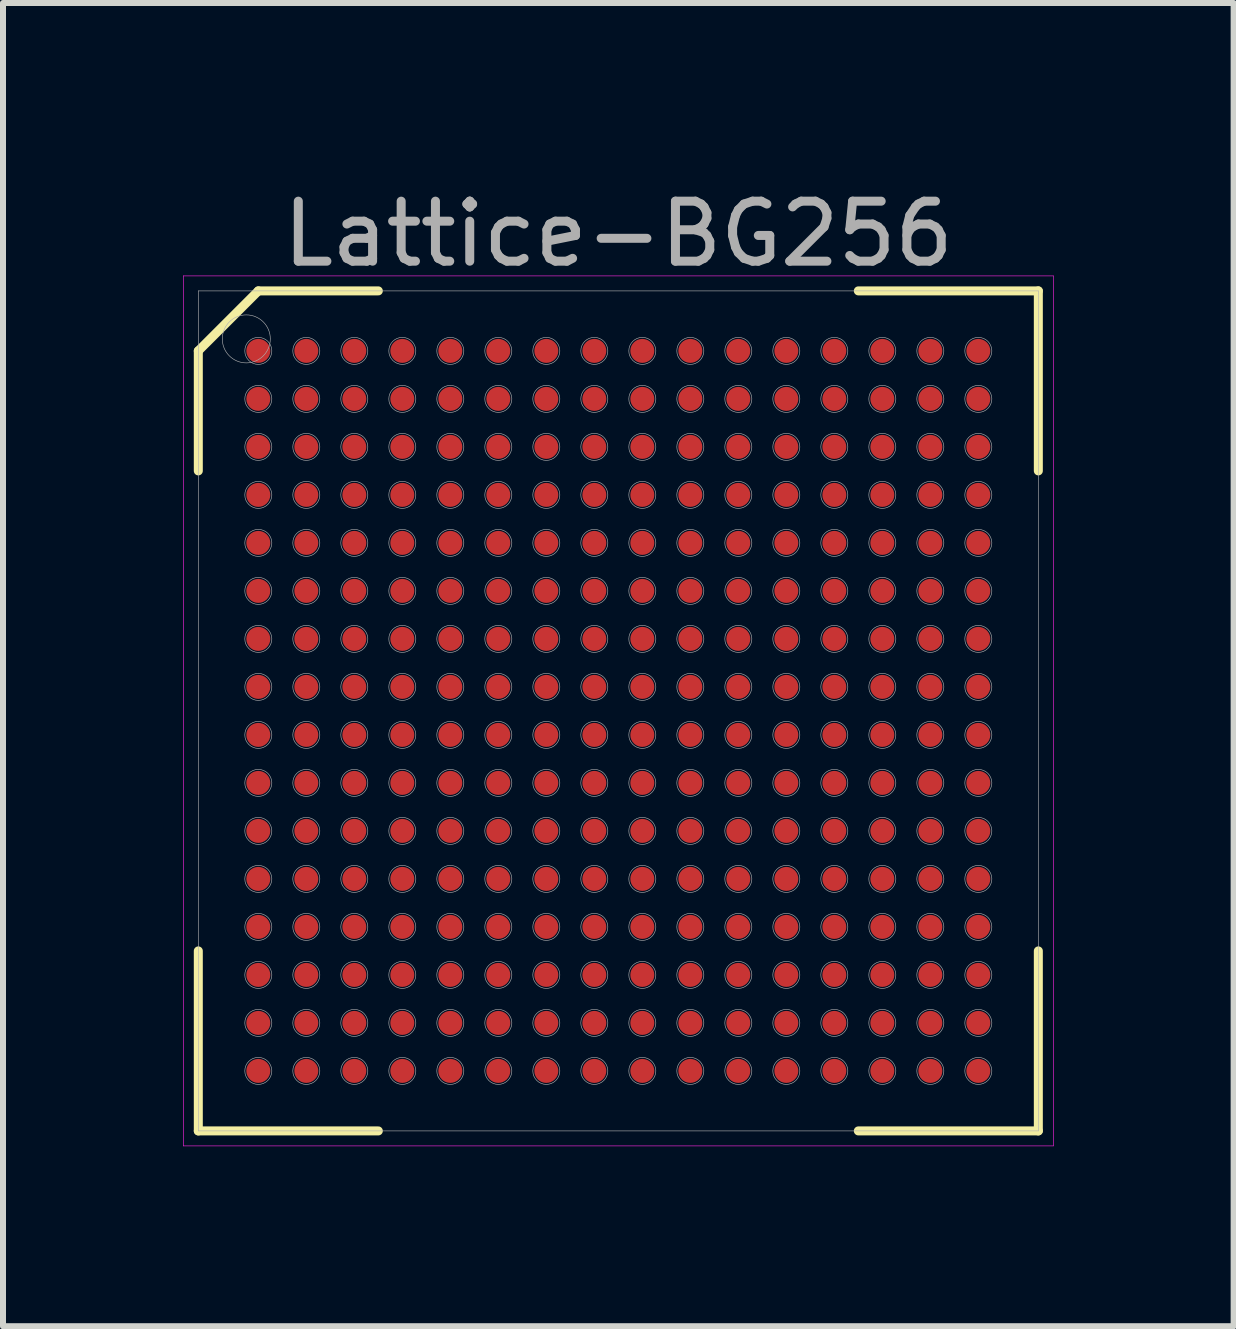
<source format=kicad_pcb>
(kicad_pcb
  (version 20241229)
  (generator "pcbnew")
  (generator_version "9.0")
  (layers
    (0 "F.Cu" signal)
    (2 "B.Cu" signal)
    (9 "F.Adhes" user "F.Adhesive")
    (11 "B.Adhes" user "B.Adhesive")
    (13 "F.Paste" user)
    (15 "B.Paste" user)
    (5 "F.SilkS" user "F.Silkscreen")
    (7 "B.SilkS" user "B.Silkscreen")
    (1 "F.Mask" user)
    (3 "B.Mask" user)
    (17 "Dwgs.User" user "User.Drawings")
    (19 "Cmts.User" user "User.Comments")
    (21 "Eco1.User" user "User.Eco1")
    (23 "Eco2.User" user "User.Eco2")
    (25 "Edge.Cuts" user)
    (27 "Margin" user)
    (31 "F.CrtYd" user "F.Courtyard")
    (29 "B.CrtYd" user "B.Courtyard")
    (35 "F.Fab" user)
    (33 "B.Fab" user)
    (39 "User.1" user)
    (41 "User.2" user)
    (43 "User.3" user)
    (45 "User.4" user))
  (footprint "Lattice-BG256"
    (layer "F.Cu")
    (at 7.255 8.798)
    (property "Reference" "Lattice-BG256" (at 0 -7.95 0) (layer "F.Fab") (effects (font (size 1 1) (thickness 0.15))))
    (attr through_hole)
    (fp_line (start -7 -6) (end -6 -7) (stroke (width 0.15) (type solid)) (layer "F.SilkS"))
    (fp_line (start -7 -4) (end -7 -6) (stroke (width 0.15) (type solid)) (layer "F.SilkS"))
    (fp_line (start -7 7) (end -7 4) (stroke (width 0.15) (type solid)) (layer "F.SilkS"))
    (fp_line (start -4 -7) (end -6 -7) (stroke (width 0.15) (type solid)) (layer "F.SilkS"))
    (fp_line (start -4 7) (end -7 7) (stroke (width 0.15) (type solid)) (layer "F.SilkS"))
    (fp_line (start 4 -7) (end 7 -7) (stroke (width 0.15) (type solid)) (layer "F.SilkS"))
    (fp_line (start 4 7) (end 7 7) (stroke (width 0.15) (type solid)) (layer "F.SilkS"))
    (fp_line (start 7 -7) (end 7 -4) (stroke (width 0.15) (type solid)) (layer "F.SilkS"))
    (fp_line (start 7 7) (end 7 4) (stroke (width 0.15) (type solid)) (layer "F.SilkS"))
    (fp_line (start -7.25 -7.25) (end 7.25 -7.25) (stroke (width 0.01) (type solid)) (layer "F.CrtYd"))
    (fp_line (start -7.25 7.25) (end -7.25 -7.25) (stroke (width 0.01) (type solid)) (layer "F.CrtYd"))
    (fp_line (start 7.25 -7.25) (end 7.25 7.25) (stroke (width 0.01) (type solid)) (layer "F.CrtYd"))
    (fp_line (start 7.25 7.25) (end -7.25 7.25) (stroke (width 0.01) (type solid)) (layer "F.CrtYd"))
    (fp_line (start -7 -7) (end 7 -7) (stroke (width 0.01) (type solid)) (layer "F.Fab"))
    (fp_line (start -7 7) (end -7 -7) (stroke (width 0.01) (type solid)) (layer "F.Fab"))
    (fp_line (start 7 -7) (end 7 7) (stroke (width 0.01) (type solid)) (layer "F.Fab"))
    (fp_line (start 7 7) (end -7 7) (stroke (width 0.01) (type solid)) (layer "F.Fab"))
    (fp_circle (center -6.2 -6.2) (end -6.2 -5.8) (stroke (width 0.01) (type solid)) (fill no) (layer "F.Fab"))
    (fp_circle (center -6 -6) (end -6 -5.775) (stroke (width 0.01) (type solid)) (fill no) (layer "F.Fab"))
    (fp_circle (center -6 -5.2) (end -6 -4.975) (stroke (width 0.01) (type solid)) (fill no) (layer "F.Fab"))
    (fp_circle (center -6 -4.4) (end -6 -4.175) (stroke (width 0.01) (type solid)) (fill no) (layer "F.Fab"))
    (fp_circle (center -6 -3.6) (end -6 -3.375) (stroke (width 0.01) (type solid)) (fill no) (layer "F.Fab"))
    (fp_circle (center -6 -2.8) (end -6 -2.575) (stroke (width 0.01) (type solid)) (fill no) (layer "F.Fab"))
    (fp_circle (center -6 -2) (end -6 -1.775) (stroke (width 0.01) (type solid)) (fill no) (layer "F.Fab"))
    (fp_circle (center -6 -1.2) (end -6 -0.975) (stroke (width 0.01) (type solid)) (fill no) (layer "F.Fab"))
    (fp_circle (center -6 -0.4) (end -6 -0.175) (stroke (width 0.01) (type solid)) (fill no) (layer "F.Fab"))
    (fp_circle (center -6 0.4) (end -6 0.625) (stroke (width 0.01) (type solid)) (fill no) (layer "F.Fab"))
    (fp_circle (center -6 1.2) (end -6 1.425) (stroke (width 0.01) (type solid)) (fill no) (layer "F.Fab"))
    (fp_circle (center -6 2) (end -6 2.225) (stroke (width 0.01) (type solid)) (fill no) (layer "F.Fab"))
    (fp_circle (center -6 2.8) (end -6 3.025) (stroke (width 0.01) (type solid)) (fill no) (layer "F.Fab"))
    (fp_circle (center -6 3.6) (end -6 3.825) (stroke (width 0.01) (type solid)) (fill no) (layer "F.Fab"))
    (fp_circle (center -6 4.4) (end -6 4.625) (stroke (width 0.01) (type solid)) (fill no) (layer "F.Fab"))
    (fp_circle (center -6 5.2) (end -6 5.425) (stroke (width 0.01) (type solid)) (fill no) (layer "F.Fab"))
    (fp_circle (center -6 6) (end -6 6.225) (stroke (width 0.01) (type solid)) (fill no) (layer "F.Fab"))
    (fp_circle (center -5.2 -6) (end -5.2 -5.775) (stroke (width 0.01) (type solid)) (fill no) (layer "F.Fab"))
    (fp_circle (center -5.2 -5.2) (end -5.2 -4.975) (stroke (width 0.01) (type solid)) (fill no) (layer "F.Fab"))
    (fp_circle (center -5.2 -4.4) (end -5.2 -4.175) (stroke (width 0.01) (type solid)) (fill no) (layer "F.Fab"))
    (fp_circle (center -5.2 -3.6) (end -5.2 -3.375) (stroke (width 0.01) (type solid)) (fill no) (layer "F.Fab"))
    (fp_circle (center -5.2 -2.8) (end -5.2 -2.575) (stroke (width 0.01) (type solid)) (fill no) (layer "F.Fab"))
    (fp_circle (center -5.2 -2) (end -5.2 -1.775) (stroke (width 0.01) (type solid)) (fill no) (layer "F.Fab"))
    (fp_circle (center -5.2 -1.2) (end -5.2 -0.975) (stroke (width 0.01) (type solid)) (fill no) (layer "F.Fab"))
    (fp_circle (center -5.2 -0.4) (end -5.2 -0.175) (stroke (width 0.01) (type solid)) (fill no) (layer "F.Fab"))
    (fp_circle (center -5.2 0.4) (end -5.2 0.625) (stroke (width 0.01) (type solid)) (fill no) (layer "F.Fab"))
    (fp_circle (center -5.2 1.2) (end -5.2 1.425) (stroke (width 0.01) (type solid)) (fill no) (layer "F.Fab"))
    (fp_circle (center -5.2 2) (end -5.2 2.225) (stroke (width 0.01) (type solid)) (fill no) (layer "F.Fab"))
    (fp_circle (center -5.2 2.8) (end -5.2 3.025) (stroke (width 0.01) (type solid)) (fill no) (layer "F.Fab"))
    (fp_circle (center -5.2 3.6) (end -5.2 3.825) (stroke (width 0.01) (type solid)) (fill no) (layer "F.Fab"))
    (fp_circle (center -5.2 4.4) (end -5.2 4.625) (stroke (width 0.01) (type solid)) (fill no) (layer "F.Fab"))
    (fp_circle (center -5.2 5.2) (end -5.2 5.425) (stroke (width 0.01) (type solid)) (fill no) (layer "F.Fab"))
    (fp_circle (center -5.2 6) (end -5.2 6.225) (stroke (width 0.01) (type solid)) (fill no) (layer "F.Fab"))
    (fp_circle (center -4.4 -6) (end -4.4 -5.775) (stroke (width 0.01) (type solid)) (fill no) (layer "F.Fab"))
    (fp_circle (center -4.4 -5.2) (end -4.4 -4.975) (stroke (width 0.01) (type solid)) (fill no) (layer "F.Fab"))
    (fp_circle (center -4.4 -4.4) (end -4.4 -4.175) (stroke (width 0.01) (type solid)) (fill no) (layer "F.Fab"))
    (fp_circle (center -4.4 -3.6) (end -4.4 -3.375) (stroke (width 0.01) (type solid)) (fill no) (layer "F.Fab"))
    (fp_circle (center -4.4 -2.8) (end -4.4 -2.575) (stroke (width 0.01) (type solid)) (fill no) (layer "F.Fab"))
    (fp_circle (center -4.4 -2) (end -4.4 -1.775) (stroke (width 0.01) (type solid)) (fill no) (layer "F.Fab"))
    (fp_circle (center -4.4 -1.2) (end -4.4 -0.975) (stroke (width 0.01) (type solid)) (fill no) (layer "F.Fab"))
    (fp_circle (center -4.4 -0.4) (end -4.4 -0.175) (stroke (width 0.01) (type solid)) (fill no) (layer "F.Fab"))
    (fp_circle (center -4.4 0.4) (end -4.4 0.625) (stroke (width 0.01) (type solid)) (fill no) (layer "F.Fab"))
    (fp_circle (center -4.4 1.2) (end -4.4 1.425) (stroke (width 0.01) (type solid)) (fill no) (layer "F.Fab"))
    (fp_circle (center -4.4 2) (end -4.4 2.225) (stroke (width 0.01) (type solid)) (fill no) (layer "F.Fab"))
    (fp_circle (center -4.4 2.8) (end -4.4 3.025) (stroke (width 0.01) (type solid)) (fill no) (layer "F.Fab"))
    (fp_circle (center -4.4 3.6) (end -4.4 3.825) (stroke (width 0.01) (type solid)) (fill no) (layer "F.Fab"))
    (fp_circle (center -4.4 4.4) (end -4.4 4.625) (stroke (width 0.01) (type solid)) (fill no) (layer "F.Fab"))
    (fp_circle (center -4.4 5.2) (end -4.4 5.425) (stroke (width 0.01) (type solid)) (fill no) (layer "F.Fab"))
    (fp_circle (center -4.4 6) (end -4.4 6.225) (stroke (width 0.01) (type solid)) (fill no) (layer "F.Fab"))
    (fp_circle (center -3.6 -6) (end -3.6 -5.775) (stroke (width 0.01) (type solid)) (fill no) (layer "F.Fab"))
    (fp_circle (center -3.6 -5.2) (end -3.6 -4.975) (stroke (width 0.01) (type solid)) (fill no) (layer "F.Fab"))
    (fp_circle (center -3.6 -4.4) (end -3.6 -4.175) (stroke (width 0.01) (type solid)) (fill no) (layer "F.Fab"))
    (fp_circle (center -3.6 -3.6) (end -3.6 -3.375) (stroke (width 0.01) (type solid)) (fill no) (layer "F.Fab"))
    (fp_circle (center -3.6 -2.8) (end -3.6 -2.575) (stroke (width 0.01) (type solid)) (fill no) (layer "F.Fab"))
    (fp_circle (center -3.6 -2) (end -3.6 -1.775) (stroke (width 0.01) (type solid)) (fill no) (layer "F.Fab"))
    (fp_circle (center -3.6 -1.2) (end -3.6 -0.975) (stroke (width 0.01) (type solid)) (fill no) (layer "F.Fab"))
    (fp_circle (center -3.6 -0.4) (end -3.6 -0.175) (stroke (width 0.01) (type solid)) (fill no) (layer "F.Fab"))
    (fp_circle (center -3.6 0.4) (end -3.6 0.625) (stroke (width 0.01) (type solid)) (fill no) (layer "F.Fab"))
    (fp_circle (center -3.6 1.2) (end -3.6 1.425) (stroke (width 0.01) (type solid)) (fill no) (layer "F.Fab"))
    (fp_circle (center -3.6 2) (end -3.6 2.225) (stroke (width 0.01) (type solid)) (fill no) (layer "F.Fab"))
    (fp_circle (center -3.6 2.8) (end -3.6 3.025) (stroke (width 0.01) (type solid)) (fill no) (layer "F.Fab"))
    (fp_circle (center -3.6 3.6) (end -3.6 3.825) (stroke (width 0.01) (type solid)) (fill no) (layer "F.Fab"))
    (fp_circle (center -3.6 4.4) (end -3.6 4.625) (stroke (width 0.01) (type solid)) (fill no) (layer "F.Fab"))
    (fp_circle (center -3.6 5.2) (end -3.6 5.425) (stroke (width 0.01) (type solid)) (fill no) (layer "F.Fab"))
    (fp_circle (center -3.6 6) (end -3.6 6.225) (stroke (width 0.01) (type solid)) (fill no) (layer "F.Fab"))
    (fp_circle (center -2.8 -6) (end -2.8 -5.775) (stroke (width 0.01) (type solid)) (fill no) (layer "F.Fab"))
    (fp_circle (center -2.8 -5.2) (end -2.8 -4.975) (stroke (width 0.01) (type solid)) (fill no) (layer "F.Fab"))
    (fp_circle (center -2.8 -4.4) (end -2.8 -4.175) (stroke (width 0.01) (type solid)) (fill no) (layer "F.Fab"))
    (fp_circle (center -2.8 -3.6) (end -2.8 -3.375) (stroke (width 0.01) (type solid)) (fill no) (layer "F.Fab"))
    (fp_circle (center -2.8 -2.8) (end -2.8 -2.575) (stroke (width 0.01) (type solid)) (fill no) (layer "F.Fab"))
    (fp_circle (center -2.8 -2) (end -2.8 -1.775) (stroke (width 0.01) (type solid)) (fill no) (layer "F.Fab"))
    (fp_circle (center -2.8 -1.2) (end -2.8 -0.975) (stroke (width 0.01) (type solid)) (fill no) (layer "F.Fab"))
    (fp_circle (center -2.8 -0.4) (end -2.8 -0.175) (stroke (width 0.01) (type solid)) (fill no) (layer "F.Fab"))
    (fp_circle (center -2.8 0.4) (end -2.8 0.625) (stroke (width 0.01) (type solid)) (fill no) (layer "F.Fab"))
    (fp_circle (center -2.8 1.2) (end -2.8 1.425) (stroke (width 0.01) (type solid)) (fill no) (layer "F.Fab"))
    (fp_circle (center -2.8 2) (end -2.8 2.225) (stroke (width 0.01) (type solid)) (fill no) (layer "F.Fab"))
    (fp_circle (center -2.8 2.8) (end -2.8 3.025) (stroke (width 0.01) (type solid)) (fill no) (layer "F.Fab"))
    (fp_circle (center -2.8 3.6) (end -2.8 3.825) (stroke (width 0.01) (type solid)) (fill no) (layer "F.Fab"))
    (fp_circle (center -2.8 4.4) (end -2.8 4.625) (stroke (width 0.01) (type solid)) (fill no) (layer "F.Fab"))
    (fp_circle (center -2.8 5.2) (end -2.8 5.425) (stroke (width 0.01) (type solid)) (fill no) (layer "F.Fab"))
    (fp_circle (center -2.8 6) (end -2.8 6.225) (stroke (width 0.01) (type solid)) (fill no) (layer "F.Fab"))
    (fp_circle (center -2 -6) (end -2 -5.775) (stroke (width 0.01) (type solid)) (fill no) (layer "F.Fab"))
    (fp_circle (center -2 -5.2) (end -2 -4.975) (stroke (width 0.01) (type solid)) (fill no) (layer "F.Fab"))
    (fp_circle (center -2 -4.4) (end -2 -4.175) (stroke (width 0.01) (type solid)) (fill no) (layer "F.Fab"))
    (fp_circle (center -2 -3.6) (end -2 -3.375) (stroke (width 0.01) (type solid)) (fill no) (layer "F.Fab"))
    (fp_circle (center -2 -2.8) (end -2 -2.575) (stroke (width 0.01) (type solid)) (fill no) (layer "F.Fab"))
    (fp_circle (center -2 -2) (end -2 -1.775) (stroke (width 0.01) (type solid)) (fill no) (layer "F.Fab"))
    (fp_circle (center -2 -1.2) (end -2 -0.975) (stroke (width 0.01) (type solid)) (fill no) (layer "F.Fab"))
    (fp_circle (center -2 -0.4) (end -2 -0.175) (stroke (width 0.01) (type solid)) (fill no) (layer "F.Fab"))
    (fp_circle (center -2 0.4) (end -2 0.625) (stroke (width 0.01) (type solid)) (fill no) (layer "F.Fab"))
    (fp_circle (center -2 1.2) (end -2 1.425) (stroke (width 0.01) (type solid)) (fill no) (layer "F.Fab"))
    (fp_circle (center -2 2) (end -2 2.225) (stroke (width 0.01) (type solid)) (fill no) (layer "F.Fab"))
    (fp_circle (center -2 2.8) (end -2 3.025) (stroke (width 0.01) (type solid)) (fill no) (layer "F.Fab"))
    (fp_circle (center -2 3.6) (end -2 3.825) (stroke (width 0.01) (type solid)) (fill no) (layer "F.Fab"))
    (fp_circle (center -2 4.4) (end -2 4.625) (stroke (width 0.01) (type solid)) (fill no) (layer "F.Fab"))
    (fp_circle (center -2 5.2) (end -2 5.425) (stroke (width 0.01) (type solid)) (fill no) (layer "F.Fab"))
    (fp_circle (center -2 6) (end -2 6.225) (stroke (width 0.01) (type solid)) (fill no) (layer "F.Fab"))
    (fp_circle (center -1.2 -6) (end -1.2 -5.775) (stroke (width 0.01) (type solid)) (fill no) (layer "F.Fab"))
    (fp_circle (center -1.2 -5.2) (end -1.2 -4.975) (stroke (width 0.01) (type solid)) (fill no) (layer "F.Fab"))
    (fp_circle (center -1.2 -4.4) (end -1.2 -4.175) (stroke (width 0.01) (type solid)) (fill no) (layer "F.Fab"))
    (fp_circle (center -1.2 -3.6) (end -1.2 -3.375) (stroke (width 0.01) (type solid)) (fill no) (layer "F.Fab"))
    (fp_circle (center -1.2 -2.8) (end -1.2 -2.575) (stroke (width 0.01) (type solid)) (fill no) (layer "F.Fab"))
    (fp_circle (center -1.2 -2) (end -1.2 -1.775) (stroke (width 0.01) (type solid)) (fill no) (layer "F.Fab"))
    (fp_circle (center -1.2 -1.2) (end -1.2 -0.975) (stroke (width 0.01) (type solid)) (fill no) (layer "F.Fab"))
    (fp_circle (center -1.2 -0.4) (end -1.2 -0.175) (stroke (width 0.01) (type solid)) (fill no) (layer "F.Fab"))
    (fp_circle (center -1.2 0.4) (end -1.2 0.625) (stroke (width 0.01) (type solid)) (fill no) (layer "F.Fab"))
    (fp_circle (center -1.2 1.2) (end -1.2 1.425) (stroke (width 0.01) (type solid)) (fill no) (layer "F.Fab"))
    (fp_circle (center -1.2 2) (end -1.2 2.225) (stroke (width 0.01) (type solid)) (fill no) (layer "F.Fab"))
    (fp_circle (center -1.2 2.8) (end -1.2 3.025) (stroke (width 0.01) (type solid)) (fill no) (layer "F.Fab"))
    (fp_circle (center -1.2 3.6) (end -1.2 3.825) (stroke (width 0.01) (type solid)) (fill no) (layer "F.Fab"))
    (fp_circle (center -1.2 4.4) (end -1.2 4.625) (stroke (width 0.01) (type solid)) (fill no) (layer "F.Fab"))
    (fp_circle (center -1.2 5.2) (end -1.2 5.425) (stroke (width 0.01) (type solid)) (fill no) (layer "F.Fab"))
    (fp_circle (center -1.2 6) (end -1.2 6.225) (stroke (width 0.01) (type solid)) (fill no) (layer "F.Fab"))
    (fp_circle (center -0.4 -6) (end -0.4 -5.775) (stroke (width 0.01) (type solid)) (fill no) (layer "F.Fab"))
    (fp_circle (center -0.4 -5.2) (end -0.4 -4.975) (stroke (width 0.01) (type solid)) (fill no) (layer "F.Fab"))
    (fp_circle (center -0.4 -4.4) (end -0.4 -4.175) (stroke (width 0.01) (type solid)) (fill no) (layer "F.Fab"))
    (fp_circle (center -0.4 -3.6) (end -0.4 -3.375) (stroke (width 0.01) (type solid)) (fill no) (layer "F.Fab"))
    (fp_circle (center -0.4 -2.8) (end -0.4 -2.575) (stroke (width 0.01) (type solid)) (fill no) (layer "F.Fab"))
    (fp_circle (center -0.4 -2) (end -0.4 -1.775) (stroke (width 0.01) (type solid)) (fill no) (layer "F.Fab"))
    (fp_circle (center -0.4 -1.2) (end -0.4 -0.975) (stroke (width 0.01) (type solid)) (fill no) (layer "F.Fab"))
    (fp_circle (center -0.4 -0.4) (end -0.4 -0.175) (stroke (width 0.01) (type solid)) (fill no) (layer "F.Fab"))
    (fp_circle (center -0.4 0.4) (end -0.4 0.625) (stroke (width 0.01) (type solid)) (fill no) (layer "F.Fab"))
    (fp_circle (center -0.4 1.2) (end -0.4 1.425) (stroke (width 0.01) (type solid)) (fill no) (layer "F.Fab"))
    (fp_circle (center -0.4 2) (end -0.4 2.225) (stroke (width 0.01) (type solid)) (fill no) (layer "F.Fab"))
    (fp_circle (center -0.4 2.8) (end -0.4 3.025) (stroke (width 0.01) (type solid)) (fill no) (layer "F.Fab"))
    (fp_circle (center -0.4 3.6) (end -0.4 3.825) (stroke (width 0.01) (type solid)) (fill no) (layer "F.Fab"))
    (fp_circle (center -0.4 4.4) (end -0.4 4.625) (stroke (width 0.01) (type solid)) (fill no) (layer "F.Fab"))
    (fp_circle (center -0.4 5.2) (end -0.4 5.425) (stroke (width 0.01) (type solid)) (fill no) (layer "F.Fab"))
    (fp_circle (center -0.4 6) (end -0.4 6.225) (stroke (width 0.01) (type solid)) (fill no) (layer "F.Fab"))
    (fp_circle (center 0.4 -6) (end 0.4 -5.775) (stroke (width 0.01) (type solid)) (fill no) (layer "F.Fab"))
    (fp_circle (center 0.4 -5.2) (end 0.4 -4.975) (stroke (width 0.01) (type solid)) (fill no) (layer "F.Fab"))
    (fp_circle (center 0.4 -4.4) (end 0.4 -4.175) (stroke (width 0.01) (type solid)) (fill no) (layer "F.Fab"))
    (fp_circle (center 0.4 -3.6) (end 0.4 -3.375) (stroke (width 0.01) (type solid)) (fill no) (layer "F.Fab"))
    (fp_circle (center 0.4 -2.8) (end 0.4 -2.575) (stroke (width 0.01) (type solid)) (fill no) (layer "F.Fab"))
    (fp_circle (center 0.4 -2) (end 0.4 -1.775) (stroke (width 0.01) (type solid)) (fill no) (layer "F.Fab"))
    (fp_circle (center 0.4 -1.2) (end 0.4 -0.975) (stroke (width 0.01) (type solid)) (fill no) (layer "F.Fab"))
    (fp_circle (center 0.4 -0.4) (end 0.4 -0.175) (stroke (width 0.01) (type solid)) (fill no) (layer "F.Fab"))
    (fp_circle (center 0.4 0.4) (end 0.4 0.625) (stroke (width 0.01) (type solid)) (fill no) (layer "F.Fab"))
    (fp_circle (center 0.4 1.2) (end 0.4 1.425) (stroke (width 0.01) (type solid)) (fill no) (layer "F.Fab"))
    (fp_circle (center 0.4 2) (end 0.4 2.225) (stroke (width 0.01) (type solid)) (fill no) (layer "F.Fab"))
    (fp_circle (center 0.4 2.8) (end 0.4 3.025) (stroke (width 0.01) (type solid)) (fill no) (layer "F.Fab"))
    (fp_circle (center 0.4 3.6) (end 0.4 3.825) (stroke (width 0.01) (type solid)) (fill no) (layer "F.Fab"))
    (fp_circle (center 0.4 4.4) (end 0.4 4.625) (stroke (width 0.01) (type solid)) (fill no) (layer "F.Fab"))
    (fp_circle (center 0.4 5.2) (end 0.4 5.425) (stroke (width 0.01) (type solid)) (fill no) (layer "F.Fab"))
    (fp_circle (center 0.4 6) (end 0.4 6.225) (stroke (width 0.01) (type solid)) (fill no) (layer "F.Fab"))
    (fp_circle (center 1.2 -6) (end 1.2 -5.775) (stroke (width 0.01) (type solid)) (fill no) (layer "F.Fab"))
    (fp_circle (center 1.2 -5.2) (end 1.2 -4.975) (stroke (width 0.01) (type solid)) (fill no) (layer "F.Fab"))
    (fp_circle (center 1.2 -4.4) (end 1.2 -4.175) (stroke (width 0.01) (type solid)) (fill no) (layer "F.Fab"))
    (fp_circle (center 1.2 -3.6) (end 1.2 -3.375) (stroke (width 0.01) (type solid)) (fill no) (layer "F.Fab"))
    (fp_circle (center 1.2 -2.8) (end 1.2 -2.575) (stroke (width 0.01) (type solid)) (fill no) (layer "F.Fab"))
    (fp_circle (center 1.2 -2) (end 1.2 -1.775) (stroke (width 0.01) (type solid)) (fill no) (layer "F.Fab"))
    (fp_circle (center 1.2 -1.2) (end 1.2 -0.975) (stroke (width 0.01) (type solid)) (fill no) (layer "F.Fab"))
    (fp_circle (center 1.2 -0.4) (end 1.2 -0.175) (stroke (width 0.01) (type solid)) (fill no) (layer "F.Fab"))
    (fp_circle (center 1.2 0.4) (end 1.2 0.625) (stroke (width 0.01) (type solid)) (fill no) (layer "F.Fab"))
    (fp_circle (center 1.2 1.2) (end 1.2 1.425) (stroke (width 0.01) (type solid)) (fill no) (layer "F.Fab"))
    (fp_circle (center 1.2 2) (end 1.2 2.225) (stroke (width 0.01) (type solid)) (fill no) (layer "F.Fab"))
    (fp_circle (center 1.2 2.8) (end 1.2 3.025) (stroke (width 0.01) (type solid)) (fill no) (layer "F.Fab"))
    (fp_circle (center 1.2 3.6) (end 1.2 3.825) (stroke (width 0.01) (type solid)) (fill no) (layer "F.Fab"))
    (fp_circle (center 1.2 4.4) (end 1.2 4.625) (stroke (width 0.01) (type solid)) (fill no) (layer "F.Fab"))
    (fp_circle (center 1.2 5.2) (end 1.2 5.425) (stroke (width 0.01) (type solid)) (fill no) (layer "F.Fab"))
    (fp_circle (center 1.2 6) (end 1.2 6.225) (stroke (width 0.01) (type solid)) (fill no) (layer "F.Fab"))
    (fp_circle (center 2 -6) (end 2 -5.775) (stroke (width 0.01) (type solid)) (fill no) (layer "F.Fab"))
    (fp_circle (center 2 -5.2) (end 2 -4.975) (stroke (width 0.01) (type solid)) (fill no) (layer "F.Fab"))
    (fp_circle (center 2 -4.4) (end 2 -4.175) (stroke (width 0.01) (type solid)) (fill no) (layer "F.Fab"))
    (fp_circle (center 2 -3.6) (end 2 -3.375) (stroke (width 0.01) (type solid)) (fill no) (layer "F.Fab"))
    (fp_circle (center 2 -2.8) (end 2 -2.575) (stroke (width 0.01) (type solid)) (fill no) (layer "F.Fab"))
    (fp_circle (center 2 -2) (end 2 -1.775) (stroke (width 0.01) (type solid)) (fill no) (layer "F.Fab"))
    (fp_circle (center 2 -1.2) (end 2 -0.975) (stroke (width 0.01) (type solid)) (fill no) (layer "F.Fab"))
    (fp_circle (center 2 -0.4) (end 2 -0.175) (stroke (width 0.01) (type solid)) (fill no) (layer "F.Fab"))
    (fp_circle (center 2 0.4) (end 2 0.625) (stroke (width 0.01) (type solid)) (fill no) (layer "F.Fab"))
    (fp_circle (center 2 1.2) (end 2 1.425) (stroke (width 0.01) (type solid)) (fill no) (layer "F.Fab"))
    (fp_circle (center 2 2) (end 2 2.225) (stroke (width 0.01) (type solid)) (fill no) (layer "F.Fab"))
    (fp_circle (center 2 2.8) (end 2 3.025) (stroke (width 0.01) (type solid)) (fill no) (layer "F.Fab"))
    (fp_circle (center 2 3.6) (end 2 3.825) (stroke (width 0.01) (type solid)) (fill no) (layer "F.Fab"))
    (fp_circle (center 2 4.4) (end 2 4.625) (stroke (width 0.01) (type solid)) (fill no) (layer "F.Fab"))
    (fp_circle (center 2 5.2) (end 2 5.425) (stroke (width 0.01) (type solid)) (fill no) (layer "F.Fab"))
    (fp_circle (center 2 6) (end 2 6.225) (stroke (width 0.01) (type solid)) (fill no) (layer "F.Fab"))
    (fp_circle (center 2.8 -6) (end 2.8 -5.775) (stroke (width 0.01) (type solid)) (fill no) (layer "F.Fab"))
    (fp_circle (center 2.8 -5.2) (end 2.8 -4.975) (stroke (width 0.01) (type solid)) (fill no) (layer "F.Fab"))
    (fp_circle (center 2.8 -4.4) (end 2.8 -4.175) (stroke (width 0.01) (type solid)) (fill no) (layer "F.Fab"))
    (fp_circle (center 2.8 -3.6) (end 2.8 -3.375) (stroke (width 0.01) (type solid)) (fill no) (layer "F.Fab"))
    (fp_circle (center 2.8 -2.8) (end 2.8 -2.575) (stroke (width 0.01) (type solid)) (fill no) (layer "F.Fab"))
    (fp_circle (center 2.8 -2) (end 2.8 -1.775) (stroke (width 0.01) (type solid)) (fill no) (layer "F.Fab"))
    (fp_circle (center 2.8 -1.2) (end 2.8 -0.975) (stroke (width 0.01) (type solid)) (fill no) (layer "F.Fab"))
    (fp_circle (center 2.8 -0.4) (end 2.8 -0.175) (stroke (width 0.01) (type solid)) (fill no) (layer "F.Fab"))
    (fp_circle (center 2.8 0.4) (end 2.8 0.625) (stroke (width 0.01) (type solid)) (fill no) (layer "F.Fab"))
    (fp_circle (center 2.8 1.2) (end 2.8 1.425) (stroke (width 0.01) (type solid)) (fill no) (layer "F.Fab"))
    (fp_circle (center 2.8 2) (end 2.8 2.225) (stroke (width 0.01) (type solid)) (fill no) (layer "F.Fab"))
    (fp_circle (center 2.8 2.8) (end 2.8 3.025) (stroke (width 0.01) (type solid)) (fill no) (layer "F.Fab"))
    (fp_circle (center 2.8 3.6) (end 2.8 3.825) (stroke (width 0.01) (type solid)) (fill no) (layer "F.Fab"))
    (fp_circle (center 2.8 4.4) (end 2.8 4.625) (stroke (width 0.01) (type solid)) (fill no) (layer "F.Fab"))
    (fp_circle (center 2.8 5.2) (end 2.8 5.425) (stroke (width 0.01) (type solid)) (fill no) (layer "F.Fab"))
    (fp_circle (center 2.8 6) (end 2.8 6.225) (stroke (width 0.01) (type solid)) (fill no) (layer "F.Fab"))
    (fp_circle (center 3.6 -6) (end 3.6 -5.775) (stroke (width 0.01) (type solid)) (fill no) (layer "F.Fab"))
    (fp_circle (center 3.6 -5.2) (end 3.6 -4.975) (stroke (width 0.01) (type solid)) (fill no) (layer "F.Fab"))
    (fp_circle (center 3.6 -4.4) (end 3.6 -4.175) (stroke (width 0.01) (type solid)) (fill no) (layer "F.Fab"))
    (fp_circle (center 3.6 -3.6) (end 3.6 -3.375) (stroke (width 0.01) (type solid)) (fill no) (layer "F.Fab"))
    (fp_circle (center 3.6 -2.8) (end 3.6 -2.575) (stroke (width 0.01) (type solid)) (fill no) (layer "F.Fab"))
    (fp_circle (center 3.6 -2) (end 3.6 -1.775) (stroke (width 0.01) (type solid)) (fill no) (layer "F.Fab"))
    (fp_circle (center 3.6 -1.2) (end 3.6 -0.975) (stroke (width 0.01) (type solid)) (fill no) (layer "F.Fab"))
    (fp_circle (center 3.6 -0.4) (end 3.6 -0.175) (stroke (width 0.01) (type solid)) (fill no) (layer "F.Fab"))
    (fp_circle (center 3.6 0.4) (end 3.6 0.625) (stroke (width 0.01) (type solid)) (fill no) (layer "F.Fab"))
    (fp_circle (center 3.6 1.2) (end 3.6 1.425) (stroke (width 0.01) (type solid)) (fill no) (layer "F.Fab"))
    (fp_circle (center 3.6 2) (end 3.6 2.225) (stroke (width 0.01) (type solid)) (fill no) (layer "F.Fab"))
    (fp_circle (center 3.6 2.8) (end 3.6 3.025) (stroke (width 0.01) (type solid)) (fill no) (layer "F.Fab"))
    (fp_circle (center 3.6 3.6) (end 3.6 3.825) (stroke (width 0.01) (type solid)) (fill no) (layer "F.Fab"))
    (fp_circle (center 3.6 4.4) (end 3.6 4.625) (stroke (width 0.01) (type solid)) (fill no) (layer "F.Fab"))
    (fp_circle (center 3.6 5.2) (end 3.6 5.425) (stroke (width 0.01) (type solid)) (fill no) (layer "F.Fab"))
    (fp_circle (center 3.6 6) (end 3.6 6.225) (stroke (width 0.01) (type solid)) (fill no) (layer "F.Fab"))
    (fp_circle (center 4.4 -6) (end 4.4 -5.775) (stroke (width 0.01) (type solid)) (fill no) (layer "F.Fab"))
    (fp_circle (center 4.4 -5.2) (end 4.4 -4.975) (stroke (width 0.01) (type solid)) (fill no) (layer "F.Fab"))
    (fp_circle (center 4.4 -4.4) (end 4.4 -4.175) (stroke (width 0.01) (type solid)) (fill no) (layer "F.Fab"))
    (fp_circle (center 4.4 -3.6) (end 4.4 -3.375) (stroke (width 0.01) (type solid)) (fill no) (layer "F.Fab"))
    (fp_circle (center 4.4 -2.8) (end 4.4 -2.575) (stroke (width 0.01) (type solid)) (fill no) (layer "F.Fab"))
    (fp_circle (center 4.4 -2) (end 4.4 -1.775) (stroke (width 0.01) (type solid)) (fill no) (layer "F.Fab"))
    (fp_circle (center 4.4 -1.2) (end 4.4 -0.975) (stroke (width 0.01) (type solid)) (fill no) (layer "F.Fab"))
    (fp_circle (center 4.4 -0.4) (end 4.4 -0.175) (stroke (width 0.01) (type solid)) (fill no) (layer "F.Fab"))
    (fp_circle (center 4.4 0.4) (end 4.4 0.625) (stroke (width 0.01) (type solid)) (fill no) (layer "F.Fab"))
    (fp_circle (center 4.4 1.2) (end 4.4 1.425) (stroke (width 0.01) (type solid)) (fill no) (layer "F.Fab"))
    (fp_circle (center 4.4 2) (end 4.4 2.225) (stroke (width 0.01) (type solid)) (fill no) (layer "F.Fab"))
    (fp_circle (center 4.4 2.8) (end 4.4 3.025) (stroke (width 0.01) (type solid)) (fill no) (layer "F.Fab"))
    (fp_circle (center 4.4 3.6) (end 4.4 3.825) (stroke (width 0.01) (type solid)) (fill no) (layer "F.Fab"))
    (fp_circle (center 4.4 4.4) (end 4.4 4.625) (stroke (width 0.01) (type solid)) (fill no) (layer "F.Fab"))
    (fp_circle (center 4.4 5.2) (end 4.4 5.425) (stroke (width 0.01) (type solid)) (fill no) (layer "F.Fab"))
    (fp_circle (center 4.4 6) (end 4.4 6.225) (stroke (width 0.01) (type solid)) (fill no) (layer "F.Fab"))
    (fp_circle (center 5.2 -6) (end 5.2 -5.775) (stroke (width 0.01) (type solid)) (fill no) (layer "F.Fab"))
    (fp_circle (center 5.2 -5.2) (end 5.2 -4.975) (stroke (width 0.01) (type solid)) (fill no) (layer "F.Fab"))
    (fp_circle (center 5.2 -4.4) (end 5.2 -4.175) (stroke (width 0.01) (type solid)) (fill no) (layer "F.Fab"))
    (fp_circle (center 5.2 -3.6) (end 5.2 -3.375) (stroke (width 0.01) (type solid)) (fill no) (layer "F.Fab"))
    (fp_circle (center 5.2 -2.8) (end 5.2 -2.575) (stroke (width 0.01) (type solid)) (fill no) (layer "F.Fab"))
    (fp_circle (center 5.2 -2) (end 5.2 -1.775) (stroke (width 0.01) (type solid)) (fill no) (layer "F.Fab"))
    (fp_circle (center 5.2 -1.2) (end 5.2 -0.975) (stroke (width 0.01) (type solid)) (fill no) (layer "F.Fab"))
    (fp_circle (center 5.2 -0.4) (end 5.2 -0.175) (stroke (width 0.01) (type solid)) (fill no) (layer "F.Fab"))
    (fp_circle (center 5.2 0.4) (end 5.2 0.625) (stroke (width 0.01) (type solid)) (fill no) (layer "F.Fab"))
    (fp_circle (center 5.2 1.2) (end 5.2 1.425) (stroke (width 0.01) (type solid)) (fill no) (layer "F.Fab"))
    (fp_circle (center 5.2 2) (end 5.2 2.225) (stroke (width 0.01) (type solid)) (fill no) (layer "F.Fab"))
    (fp_circle (center 5.2 2.8) (end 5.2 3.025) (stroke (width 0.01) (type solid)) (fill no) (layer "F.Fab"))
    (fp_circle (center 5.2 3.6) (end 5.2 3.825) (stroke (width 0.01) (type solid)) (fill no) (layer "F.Fab"))
    (fp_circle (center 5.2 4.4) (end 5.2 4.625) (stroke (width 0.01) (type solid)) (fill no) (layer "F.Fab"))
    (fp_circle (center 5.2 5.2) (end 5.2 5.425) (stroke (width 0.01) (type solid)) (fill no) (layer "F.Fab"))
    (fp_circle (center 5.2 6) (end 5.2 6.225) (stroke (width 0.01) (type solid)) (fill no) (layer "F.Fab"))
    (fp_circle (center 6 -6) (end 6 -5.775) (stroke (width 0.01) (type solid)) (fill no) (layer "F.Fab"))
    (fp_circle (center 6 -5.2) (end 6 -4.975) (stroke (width 0.01) (type solid)) (fill no) (layer "F.Fab"))
    (fp_circle (center 6 -4.4) (end 6 -4.175) (stroke (width 0.01) (type solid)) (fill no) (layer "F.Fab"))
    (fp_circle (center 6 -3.6) (end 6 -3.375) (stroke (width 0.01) (type solid)) (fill no) (layer "F.Fab"))
    (fp_circle (center 6 -2.8) (end 6 -2.575) (stroke (width 0.01) (type solid)) (fill no) (layer "F.Fab"))
    (fp_circle (center 6 -2) (end 6 -1.775) (stroke (width 0.01) (type solid)) (fill no) (layer "F.Fab"))
    (fp_circle (center 6 -1.2) (end 6 -0.975) (stroke (width 0.01) (type solid)) (fill no) (layer "F.Fab"))
    (fp_circle (center 6 -0.4) (end 6 -0.175) (stroke (width 0.01) (type solid)) (fill no) (layer "F.Fab"))
    (fp_circle (center 6 0.4) (end 6 0.625) (stroke (width 0.01) (type solid)) (fill no) (layer "F.Fab"))
    (fp_circle (center 6 1.2) (end 6 1.425) (stroke (width 0.01) (type solid)) (fill no) (layer "F.Fab"))
    (fp_circle (center 6 2) (end 6 2.225) (stroke (width 0.01) (type solid)) (fill no) (layer "F.Fab"))
    (fp_circle (center 6 2.8) (end 6 3.025) (stroke (width 0.01) (type solid)) (fill no) (layer "F.Fab"))
    (fp_circle (center 6 3.6) (end 6 3.825) (stroke (width 0.01) (type solid)) (fill no) (layer "F.Fab"))
    (fp_circle (center 6 4.4) (end 6 4.625) (stroke (width 0.01) (type solid)) (fill no) (layer "F.Fab"))
    (fp_circle (center 6 5.2) (end 6 5.425) (stroke (width 0.01) (type solid)) (fill no) (layer "F.Fab"))
    (fp_circle (center 6 6) (end 6 6.225) (stroke (width 0.01) (type solid)) (fill no) (layer "F.Fab"))
    (pad "A1" smd circle (at -6 -6) (size 0.4 0.4) (layers "F.Cu" "F.Mask" "F.Paste"))
    (pad "A2" smd circle (at -5.2 -6) (size 0.4 0.4) (layers "F.Cu" "F.Mask" "F.Paste"))
    (pad "A3" smd circle (at -4.4 -6) (size 0.4 0.4) (layers "F.Cu" "F.Mask" "F.Paste"))
    (pad "A4" smd circle (at -3.6 -6) (size 0.4 0.4) (layers "F.Cu" "F.Mask" "F.Paste"))
    (pad "A5" smd circle (at -2.8 -6) (size 0.4 0.4) (layers "F.Cu" "F.Mask" "F.Paste"))
    (pad "A6" smd circle (at -2 -6) (size 0.4 0.4) (layers "F.Cu" "F.Mask" "F.Paste"))
    (pad "A7" smd circle (at -1.2 -6) (size 0.4 0.4) (layers "F.Cu" "F.Mask" "F.Paste"))
    (pad "A8" smd circle (at -0.4 -6) (size 0.4 0.4) (layers "F.Cu" "F.Mask" "F.Paste"))
    (pad "A9" smd circle (at 0.4 -6) (size 0.4 0.4) (layers "F.Cu" "F.Mask" "F.Paste"))
    (pad "A10" smd circle (at 1.2 -6) (size 0.4 0.4) (layers "F.Cu" "F.Mask" "F.Paste"))
    (pad "A11" smd circle (at 2 -6) (size 0.4 0.4) (layers "F.Cu" "F.Mask" "F.Paste"))
    (pad "A12" smd circle (at 2.8 -6) (size 0.4 0.4) (layers "F.Cu" "F.Mask" "F.Paste"))
    (pad "A13" smd circle (at 3.6 -6) (size 0.4 0.4) (layers "F.Cu" "F.Mask" "F.Paste"))
    (pad "A14" smd circle (at 4.4 -6) (size 0.4 0.4) (layers "F.Cu" "F.Mask" "F.Paste"))
    (pad "A15" smd circle (at 5.2 -6) (size 0.4 0.4) (layers "F.Cu" "F.Mask" "F.Paste"))
    (pad "A16" smd circle (at 6 -6) (size 0.4 0.4) (layers "F.Cu" "F.Mask" "F.Paste"))
    (pad "B1" smd circle (at -6 -5.2) (size 0.4 0.4) (layers "F.Cu" "F.Mask" "F.Paste"))
    (pad "B2" smd circle (at -5.2 -5.2) (size 0.4 0.4) (layers "F.Cu" "F.Mask" "F.Paste"))
    (pad "B3" smd circle (at -4.4 -5.2) (size 0.4 0.4) (layers "F.Cu" "F.Mask" "F.Paste"))
    (pad "B4" smd circle (at -3.6 -5.2) (size 0.4 0.4) (layers "F.Cu" "F.Mask" "F.Paste"))
    (pad "B5" smd circle (at -2.8 -5.2) (size 0.4 0.4) (layers "F.Cu" "F.Mask" "F.Paste"))
    (pad "B6" smd circle (at -2 -5.2) (size 0.4 0.4) (layers "F.Cu" "F.Mask" "F.Paste"))
    (pad "B7" smd circle (at -1.2 -5.2) (size 0.4 0.4) (layers "F.Cu" "F.Mask" "F.Paste"))
    (pad "B8" smd circle (at -0.4 -5.2) (size 0.4 0.4) (layers "F.Cu" "F.Mask" "F.Paste"))
    (pad "B9" smd circle (at 0.4 -5.2) (size 0.4 0.4) (layers "F.Cu" "F.Mask" "F.Paste"))
    (pad "B10" smd circle (at 1.2 -5.2) (size 0.4 0.4) (layers "F.Cu" "F.Mask" "F.Paste"))
    (pad "B11" smd circle (at 2 -5.2) (size 0.4 0.4) (layers "F.Cu" "F.Mask" "F.Paste"))
    (pad "B12" smd circle (at 2.8 -5.2) (size 0.4 0.4) (layers "F.Cu" "F.Mask" "F.Paste"))
    (pad "B13" smd circle (at 3.6 -5.2) (size 0.4 0.4) (layers "F.Cu" "F.Mask" "F.Paste"))
    (pad "B14" smd circle (at 4.4 -5.2) (size 0.4 0.4) (layers "F.Cu" "F.Mask" "F.Paste"))
    (pad "B15" smd circle (at 5.2 -5.2) (size 0.4 0.4) (layers "F.Cu" "F.Mask" "F.Paste"))
    (pad "B16" smd circle (at 6 -5.2) (size 0.4 0.4) (layers "F.Cu" "F.Mask" "F.Paste"))
    (pad "C1" smd circle (at -6 -4.4) (size 0.4 0.4) (layers "F.Cu" "F.Mask" "F.Paste"))
    (pad "C2" smd circle (at -5.2 -4.4) (size 0.4 0.4) (layers "F.Cu" "F.Mask" "F.Paste"))
    (pad "C3" smd circle (at -4.4 -4.4) (size 0.4 0.4) (layers "F.Cu" "F.Mask" "F.Paste"))
    (pad "C4" smd circle (at -3.6 -4.4) (size 0.4 0.4) (layers "F.Cu" "F.Mask" "F.Paste"))
    (pad "C5" smd circle (at -2.8 -4.4) (size 0.4 0.4) (layers "F.Cu" "F.Mask" "F.Paste"))
    (pad "C6" smd circle (at -2 -4.4) (size 0.4 0.4) (layers "F.Cu" "F.Mask" "F.Paste"))
    (pad "C7" smd circle (at -1.2 -4.4) (size 0.4 0.4) (layers "F.Cu" "F.Mask" "F.Paste"))
    (pad "C8" smd circle (at -0.4 -4.4) (size 0.4 0.4) (layers "F.Cu" "F.Mask" "F.Paste"))
    (pad "C9" smd circle (at 0.4 -4.4) (size 0.4 0.4) (layers "F.Cu" "F.Mask" "F.Paste"))
    (pad "C10" smd circle (at 1.2 -4.4) (size 0.4 0.4) (layers "F.Cu" "F.Mask" "F.Paste"))
    (pad "C11" smd circle (at 2 -4.4) (size 0.4 0.4) (layers "F.Cu" "F.Mask" "F.Paste"))
    (pad "C12" smd circle (at 2.8 -4.4) (size 0.4 0.4) (layers "F.Cu" "F.Mask" "F.Paste"))
    (pad "C13" smd circle (at 3.6 -4.4) (size 0.4 0.4) (layers "F.Cu" "F.Mask" "F.Paste"))
    (pad "C14" smd circle (at 4.4 -4.4) (size 0.4 0.4) (layers "F.Cu" "F.Mask" "F.Paste"))
    (pad "C15" smd circle (at 5.2 -4.4) (size 0.4 0.4) (layers "F.Cu" "F.Mask" "F.Paste"))
    (pad "C16" smd circle (at 6 -4.4) (size 0.4 0.4) (layers "F.Cu" "F.Mask" "F.Paste"))
    (pad "D1" smd circle (at -6 -3.6) (size 0.4 0.4) (layers "F.Cu" "F.Mask" "F.Paste"))
    (pad "D2" smd circle (at -5.2 -3.6) (size 0.4 0.4) (layers "F.Cu" "F.Mask" "F.Paste"))
    (pad "D3" smd circle (at -4.4 -3.6) (size 0.4 0.4) (layers "F.Cu" "F.Mask" "F.Paste"))
    (pad "D4" smd circle (at -3.6 -3.6) (size 0.4 0.4) (layers "F.Cu" "F.Mask" "F.Paste"))
    (pad "D5" smd circle (at -2.8 -3.6) (size 0.4 0.4) (layers "F.Cu" "F.Mask" "F.Paste"))
    (pad "D6" smd circle (at -2 -3.6) (size 0.4 0.4) (layers "F.Cu" "F.Mask" "F.Paste"))
    (pad "D7" smd circle (at -1.2 -3.6) (size 0.4 0.4) (layers "F.Cu" "F.Mask" "F.Paste"))
    (pad "D8" smd circle (at -0.4 -3.6) (size 0.4 0.4) (layers "F.Cu" "F.Mask" "F.Paste"))
    (pad "D9" smd circle (at 0.4 -3.6) (size 0.4 0.4) (layers "F.Cu" "F.Mask" "F.Paste"))
    (pad "D10" smd circle (at 1.2 -3.6) (size 0.4 0.4) (layers "F.Cu" "F.Mask" "F.Paste"))
    (pad "D11" smd circle (at 2 -3.6) (size 0.4 0.4) (layers "F.Cu" "F.Mask" "F.Paste"))
    (pad "D12" smd circle (at 2.8 -3.6) (size 0.4 0.4) (layers "F.Cu" "F.Mask" "F.Paste"))
    (pad "D13" smd circle (at 3.6 -3.6) (size 0.4 0.4) (layers "F.Cu" "F.Mask" "F.Paste"))
    (pad "D14" smd circle (at 4.4 -3.6) (size 0.4 0.4) (layers "F.Cu" "F.Mask" "F.Paste"))
    (pad "D15" smd circle (at 5.2 -3.6) (size 0.4 0.4) (layers "F.Cu" "F.Mask" "F.Paste"))
    (pad "D16" smd circle (at 6 -3.6) (size 0.4 0.4) (layers "F.Cu" "F.Mask" "F.Paste"))
    (pad "E1" smd circle (at -6 -2.8) (size 0.4 0.4) (layers "F.Cu" "F.Mask" "F.Paste"))
    (pad "E2" smd circle (at -5.2 -2.8) (size 0.4 0.4) (layers "F.Cu" "F.Mask" "F.Paste"))
    (pad "E3" smd circle (at -4.4 -2.8) (size 0.4 0.4) (layers "F.Cu" "F.Mask" "F.Paste"))
    (pad "E4" smd circle (at -3.6 -2.8) (size 0.4 0.4) (layers "F.Cu" "F.Mask" "F.Paste"))
    (pad "E5" smd circle (at -2.8 -2.8) (size 0.4 0.4) (layers "F.Cu" "F.Mask" "F.Paste"))
    (pad "E6" smd circle (at -2 -2.8) (size 0.4 0.4) (layers "F.Cu" "F.Mask" "F.Paste"))
    (pad "E7" smd circle (at -1.2 -2.8) (size 0.4 0.4) (layers "F.Cu" "F.Mask" "F.Paste"))
    (pad "E8" smd circle (at -0.4 -2.8) (size 0.4 0.4) (layers "F.Cu" "F.Mask" "F.Paste"))
    (pad "E9" smd circle (at 0.4 -2.8) (size 0.4 0.4) (layers "F.Cu" "F.Mask" "F.Paste"))
    (pad "E10" smd circle (at 1.2 -2.8) (size 0.4 0.4) (layers "F.Cu" "F.Mask" "F.Paste"))
    (pad "E11" smd circle (at 2 -2.8) (size 0.4 0.4) (layers "F.Cu" "F.Mask" "F.Paste"))
    (pad "E12" smd circle (at 2.8 -2.8) (size 0.4 0.4) (layers "F.Cu" "F.Mask" "F.Paste"))
    (pad "E13" smd circle (at 3.6 -2.8) (size 0.4 0.4) (layers "F.Cu" "F.Mask" "F.Paste"))
    (pad "E14" smd circle (at 4.4 -2.8) (size 0.4 0.4) (layers "F.Cu" "F.Mask" "F.Paste"))
    (pad "E15" smd circle (at 5.2 -2.8) (size 0.4 0.4) (layers "F.Cu" "F.Mask" "F.Paste"))
    (pad "E16" smd circle (at 6 -2.8) (size 0.4 0.4) (layers "F.Cu" "F.Mask" "F.Paste"))
    (pad "F1" smd circle (at -6 -2) (size 0.4 0.4) (layers "F.Cu" "F.Mask" "F.Paste"))
    (pad "F2" smd circle (at -5.2 -2) (size 0.4 0.4) (layers "F.Cu" "F.Mask" "F.Paste"))
    (pad "F3" smd circle (at -4.4 -2) (size 0.4 0.4) (layers "F.Cu" "F.Mask" "F.Paste"))
    (pad "F4" smd circle (at -3.6 -2) (size 0.4 0.4) (layers "F.Cu" "F.Mask" "F.Paste"))
    (pad "F5" smd circle (at -2.8 -2) (size 0.4 0.4) (layers "F.Cu" "F.Mask" "F.Paste"))
    (pad "F6" smd circle (at -2 -2) (size 0.4 0.4) (layers "F.Cu" "F.Mask" "F.Paste"))
    (pad "F7" smd circle (at -1.2 -2) (size 0.4 0.4) (layers "F.Cu" "F.Mask" "F.Paste"))
    (pad "F8" smd circle (at -0.4 -2) (size 0.4 0.4) (layers "F.Cu" "F.Mask" "F.Paste"))
    (pad "F9" smd circle (at 0.4 -2) (size 0.4 0.4) (layers "F.Cu" "F.Mask" "F.Paste"))
    (pad "F10" smd circle (at 1.2 -2) (size 0.4 0.4) (layers "F.Cu" "F.Mask" "F.Paste"))
    (pad "F11" smd circle (at 2 -2) (size 0.4 0.4) (layers "F.Cu" "F.Mask" "F.Paste"))
    (pad "F12" smd circle (at 2.8 -2) (size 0.4 0.4) (layers "F.Cu" "F.Mask" "F.Paste"))
    (pad "F13" smd circle (at 3.6 -2) (size 0.4 0.4) (layers "F.Cu" "F.Mask" "F.Paste"))
    (pad "F14" smd circle (at 4.4 -2) (size 0.4 0.4) (layers "F.Cu" "F.Mask" "F.Paste"))
    (pad "F15" smd circle (at 5.2 -2) (size 0.4 0.4) (layers "F.Cu" "F.Mask" "F.Paste"))
    (pad "F16" smd circle (at 6 -2) (size 0.4 0.4) (layers "F.Cu" "F.Mask" "F.Paste"))
    (pad "G1" smd circle (at -6 -1.2) (size 0.4 0.4) (layers "F.Cu" "F.Mask" "F.Paste"))
    (pad "G2" smd circle (at -5.2 -1.2) (size 0.4 0.4) (layers "F.Cu" "F.Mask" "F.Paste"))
    (pad "G3" smd circle (at -4.4 -1.2) (size 0.4 0.4) (layers "F.Cu" "F.Mask" "F.Paste"))
    (pad "G4" smd circle (at -3.6 -1.2) (size 0.4 0.4) (layers "F.Cu" "F.Mask" "F.Paste"))
    (pad "G5" smd circle (at -2.8 -1.2) (size 0.4 0.4) (layers "F.Cu" "F.Mask" "F.Paste"))
    (pad "G6" smd circle (at -2 -1.2) (size 0.4 0.4) (layers "F.Cu" "F.Mask" "F.Paste"))
    (pad "G7" smd circle (at -1.2 -1.2) (size 0.4 0.4) (layers "F.Cu" "F.Mask" "F.Paste"))
    (pad "G8" smd circle (at -0.4 -1.2) (size 0.4 0.4) (layers "F.Cu" "F.Mask" "F.Paste"))
    (pad "G9" smd circle (at 0.4 -1.2) (size 0.4 0.4) (layers "F.Cu" "F.Mask" "F.Paste"))
    (pad "G10" smd circle (at 1.2 -1.2) (size 0.4 0.4) (layers "F.Cu" "F.Mask" "F.Paste"))
    (pad "G11" smd circle (at 2 -1.2) (size 0.4 0.4) (layers "F.Cu" "F.Mask" "F.Paste"))
    (pad "G12" smd circle (at 2.8 -1.2) (size 0.4 0.4) (layers "F.Cu" "F.Mask" "F.Paste"))
    (pad "G13" smd circle (at 3.6 -1.2) (size 0.4 0.4) (layers "F.Cu" "F.Mask" "F.Paste"))
    (pad "G14" smd circle (at 4.4 -1.2) (size 0.4 0.4) (layers "F.Cu" "F.Mask" "F.Paste"))
    (pad "G15" smd circle (at 5.2 -1.2) (size 0.4 0.4) (layers "F.Cu" "F.Mask" "F.Paste"))
    (pad "G16" smd circle (at 6 -1.2) (size 0.4 0.4) (layers "F.Cu" "F.Mask" "F.Paste"))
    (pad "H1" smd circle (at -6 -0.4) (size 0.4 0.4) (layers "F.Cu" "F.Mask" "F.Paste"))
    (pad "H2" smd circle (at -5.2 -0.4) (size 0.4 0.4) (layers "F.Cu" "F.Mask" "F.Paste"))
    (pad "H3" smd circle (at -4.4 -0.4) (size 0.4 0.4) (layers "F.Cu" "F.Mask" "F.Paste"))
    (pad "H4" smd circle (at -3.6 -0.4) (size 0.4 0.4) (layers "F.Cu" "F.Mask" "F.Paste"))
    (pad "H5" smd circle (at -2.8 -0.4) (size 0.4 0.4) (layers "F.Cu" "F.Mask" "F.Paste"))
    (pad "H6" smd circle (at -2 -0.4) (size 0.4 0.4) (layers "F.Cu" "F.Mask" "F.Paste"))
    (pad "H7" smd circle (at -1.2 -0.4) (size 0.4 0.4) (layers "F.Cu" "F.Mask" "F.Paste"))
    (pad "H8" smd circle (at -0.4 -0.4) (size 0.4 0.4) (layers "F.Cu" "F.Mask" "F.Paste"))
    (pad "H9" smd circle (at 0.4 -0.4) (size 0.4 0.4) (layers "F.Cu" "F.Mask" "F.Paste"))
    (pad "H10" smd circle (at 1.2 -0.4) (size 0.4 0.4) (layers "F.Cu" "F.Mask" "F.Paste"))
    (pad "H11" smd circle (at 2 -0.4) (size 0.4 0.4) (layers "F.Cu" "F.Mask" "F.Paste"))
    (pad "H12" smd circle (at 2.8 -0.4) (size 0.4 0.4) (layers "F.Cu" "F.Mask" "F.Paste"))
    (pad "H13" smd circle (at 3.6 -0.4) (size 0.4 0.4) (layers "F.Cu" "F.Mask" "F.Paste"))
    (pad "H14" smd circle (at 4.4 -0.4) (size 0.4 0.4) (layers "F.Cu" "F.Mask" "F.Paste"))
    (pad "H15" smd circle (at 5.2 -0.4) (size 0.4 0.4) (layers "F.Cu" "F.Mask" "F.Paste"))
    (pad "H16" smd circle (at 6 -0.4) (size 0.4 0.4) (layers "F.Cu" "F.Mask" "F.Paste"))
    (pad "J1" smd circle (at -6 0.4) (size 0.4 0.4) (layers "F.Cu" "F.Mask" "F.Paste"))
    (pad "J2" smd circle (at -5.2 0.4) (size 0.4 0.4) (layers "F.Cu" "F.Mask" "F.Paste"))
    (pad "J3" smd circle (at -4.4 0.4) (size 0.4 0.4) (layers "F.Cu" "F.Mask" "F.Paste"))
    (pad "J4" smd circle (at -3.6 0.4) (size 0.4 0.4) (layers "F.Cu" "F.Mask" "F.Paste"))
    (pad "J5" smd circle (at -2.8 0.4) (size 0.4 0.4) (layers "F.Cu" "F.Mask" "F.Paste"))
    (pad "J6" smd circle (at -2 0.4) (size 0.4 0.4) (layers "F.Cu" "F.Mask" "F.Paste"))
    (pad "J7" smd circle (at -1.2 0.4) (size 0.4 0.4) (layers "F.Cu" "F.Mask" "F.Paste"))
    (pad "J8" smd circle (at -0.4 0.4) (size 0.4 0.4) (layers "F.Cu" "F.Mask" "F.Paste"))
    (pad "J9" smd circle (at 0.4 0.4) (size 0.4 0.4) (layers "F.Cu" "F.Mask" "F.Paste"))
    (pad "J10" smd circle (at 1.2 0.4) (size 0.4 0.4) (layers "F.Cu" "F.Mask" "F.Paste"))
    (pad "J11" smd circle (at 2 0.4) (size 0.4 0.4) (layers "F.Cu" "F.Mask" "F.Paste"))
    (pad "J12" smd circle (at 2.8 0.4) (size 0.4 0.4) (layers "F.Cu" "F.Mask" "F.Paste"))
    (pad "J13" smd circle (at 3.6 0.4) (size 0.4 0.4) (layers "F.Cu" "F.Mask" "F.Paste"))
    (pad "J14" smd circle (at 4.4 0.4) (size 0.4 0.4) (layers "F.Cu" "F.Mask" "F.Paste"))
    (pad "J15" smd circle (at 5.2 0.4) (size 0.4 0.4) (layers "F.Cu" "F.Mask" "F.Paste"))
    (pad "J16" smd circle (at 6 0.4) (size 0.4 0.4) (layers "F.Cu" "F.Mask" "F.Paste"))
    (pad "K1" smd circle (at -6 1.2) (size 0.4 0.4) (layers "F.Cu" "F.Mask" "F.Paste"))
    (pad "K2" smd circle (at -5.2 1.2) (size 0.4 0.4) (layers "F.Cu" "F.Mask" "F.Paste"))
    (pad "K3" smd circle (at -4.4 1.2) (size 0.4 0.4) (layers "F.Cu" "F.Mask" "F.Paste"))
    (pad "K4" smd circle (at -3.6 1.2) (size 0.4 0.4) (layers "F.Cu" "F.Mask" "F.Paste"))
    (pad "K5" smd circle (at -2.8 1.2) (size 0.4 0.4) (layers "F.Cu" "F.Mask" "F.Paste"))
    (pad "K6" smd circle (at -2 1.2) (size 0.4 0.4) (layers "F.Cu" "F.Mask" "F.Paste"))
    (pad "K7" smd circle (at -1.2 1.2) (size 0.4 0.4) (layers "F.Cu" "F.Mask" "F.Paste"))
    (pad "K8" smd circle (at -0.4 1.2) (size 0.4 0.4) (layers "F.Cu" "F.Mask" "F.Paste"))
    (pad "K9" smd circle (at 0.4 1.2) (size 0.4 0.4) (layers "F.Cu" "F.Mask" "F.Paste"))
    (pad "K10" smd circle (at 1.2 1.2) (size 0.4 0.4) (layers "F.Cu" "F.Mask" "F.Paste"))
    (pad "K11" smd circle (at 2 1.2) (size 0.4 0.4) (layers "F.Cu" "F.Mask" "F.Paste"))
    (pad "K12" smd circle (at 2.8 1.2) (size 0.4 0.4) (layers "F.Cu" "F.Mask" "F.Paste"))
    (pad "K13" smd circle (at 3.6 1.2) (size 0.4 0.4) (layers "F.Cu" "F.Mask" "F.Paste"))
    (pad "K14" smd circle (at 4.4 1.2) (size 0.4 0.4) (layers "F.Cu" "F.Mask" "F.Paste"))
    (pad "K15" smd circle (at 5.2 1.2) (size 0.4 0.4) (layers "F.Cu" "F.Mask" "F.Paste"))
    (pad "K16" smd circle (at 6 1.2) (size 0.4 0.4) (layers "F.Cu" "F.Mask" "F.Paste"))
    (pad "L1" smd circle (at -6 2) (size 0.4 0.4) (layers "F.Cu" "F.Mask" "F.Paste"))
    (pad "L2" smd circle (at -5.2 2) (size 0.4 0.4) (layers "F.Cu" "F.Mask" "F.Paste"))
    (pad "L3" smd circle (at -4.4 2) (size 0.4 0.4) (layers "F.Cu" "F.Mask" "F.Paste"))
    (pad "L4" smd circle (at -3.6 2) (size 0.4 0.4) (layers "F.Cu" "F.Mask" "F.Paste"))
    (pad "L5" smd circle (at -2.8 2) (size 0.4 0.4) (layers "F.Cu" "F.Mask" "F.Paste"))
    (pad "L6" smd circle (at -2 2) (size 0.4 0.4) (layers "F.Cu" "F.Mask" "F.Paste"))
    (pad "L7" smd circle (at -1.2 2) (size 0.4 0.4) (layers "F.Cu" "F.Mask" "F.Paste"))
    (pad "L8" smd circle (at -0.4 2) (size 0.4 0.4) (layers "F.Cu" "F.Mask" "F.Paste"))
    (pad "L9" smd circle (at 0.4 2) (size 0.4 0.4) (layers "F.Cu" "F.Mask" "F.Paste"))
    (pad "L10" smd circle (at 1.2 2) (size 0.4 0.4) (layers "F.Cu" "F.Mask" "F.Paste"))
    (pad "L11" smd circle (at 2 2) (size 0.4 0.4) (layers "F.Cu" "F.Mask" "F.Paste"))
    (pad "L12" smd circle (at 2.8 2) (size 0.4 0.4) (layers "F.Cu" "F.Mask" "F.Paste"))
    (pad "L13" smd circle (at 3.6 2) (size 0.4 0.4) (layers "F.Cu" "F.Mask" "F.Paste"))
    (pad "L14" smd circle (at 4.4 2) (size 0.4 0.4) (layers "F.Cu" "F.Mask" "F.Paste"))
    (pad "L15" smd circle (at 5.2 2) (size 0.4 0.4) (layers "F.Cu" "F.Mask" "F.Paste"))
    (pad "L16" smd circle (at 6 2) (size 0.4 0.4) (layers "F.Cu" "F.Mask" "F.Paste"))
    (pad "M1" smd circle (at -6 2.8) (size 0.4 0.4) (layers "F.Cu" "F.Mask" "F.Paste"))
    (pad "M2" smd circle (at -5.2 2.8) (size 0.4 0.4) (layers "F.Cu" "F.Mask" "F.Paste"))
    (pad "M3" smd circle (at -4.4 2.8) (size 0.4 0.4) (layers "F.Cu" "F.Mask" "F.Paste"))
    (pad "M4" smd circle (at -3.6 2.8) (size 0.4 0.4) (layers "F.Cu" "F.Mask" "F.Paste"))
    (pad "M5" smd circle (at -2.8 2.8) (size 0.4 0.4) (layers "F.Cu" "F.Mask" "F.Paste"))
    (pad "M6" smd circle (at -2 2.8) (size 0.4 0.4) (layers "F.Cu" "F.Mask" "F.Paste"))
    (pad "M7" smd circle (at -1.2 2.8) (size 0.4 0.4) (layers "F.Cu" "F.Mask" "F.Paste"))
    (pad "M8" smd circle (at -0.4 2.8) (size 0.4 0.4) (layers "F.Cu" "F.Mask" "F.Paste"))
    (pad "M9" smd circle (at 0.4 2.8) (size 0.4 0.4) (layers "F.Cu" "F.Mask" "F.Paste"))
    (pad "M10" smd circle (at 1.2 2.8) (size 0.4 0.4) (layers "F.Cu" "F.Mask" "F.Paste"))
    (pad "M11" smd circle (at 2 2.8) (size 0.4 0.4) (layers "F.Cu" "F.Mask" "F.Paste"))
    (pad "M12" smd circle (at 2.8 2.8) (size 0.4 0.4) (layers "F.Cu" "F.Mask" "F.Paste"))
    (pad "M13" smd circle (at 3.6 2.8) (size 0.4 0.4) (layers "F.Cu" "F.Mask" "F.Paste"))
    (pad "M14" smd circle (at 4.4 2.8) (size 0.4 0.4) (layers "F.Cu" "F.Mask" "F.Paste"))
    (pad "M15" smd circle (at 5.2 2.8) (size 0.4 0.4) (layers "F.Cu" "F.Mask" "F.Paste"))
    (pad "M16" smd circle (at 6 2.8) (size 0.4 0.4) (layers "F.Cu" "F.Mask" "F.Paste"))
    (pad "N1" smd circle (at -6 3.6) (size 0.4 0.4) (layers "F.Cu" "F.Mask" "F.Paste"))
    (pad "N2" smd circle (at -5.2 3.6) (size 0.4 0.4) (layers "F.Cu" "F.Mask" "F.Paste"))
    (pad "N3" smd circle (at -4.4 3.6) (size 0.4 0.4) (layers "F.Cu" "F.Mask" "F.Paste"))
    (pad "N4" smd circle (at -3.6 3.6) (size 0.4 0.4) (layers "F.Cu" "F.Mask" "F.Paste"))
    (pad "N5" smd circle (at -2.8 3.6) (size 0.4 0.4) (layers "F.Cu" "F.Mask" "F.Paste"))
    (pad "N6" smd circle (at -2 3.6) (size 0.4 0.4) (layers "F.Cu" "F.Mask" "F.Paste"))
    (pad "N7" smd circle (at -1.2 3.6) (size 0.4 0.4) (layers "F.Cu" "F.Mask" "F.Paste"))
    (pad "N8" smd circle (at -0.4 3.6) (size 0.4 0.4) (layers "F.Cu" "F.Mask" "F.Paste"))
    (pad "N9" smd circle (at 0.4 3.6) (size 0.4 0.4) (layers "F.Cu" "F.Mask" "F.Paste"))
    (pad "N10" smd circle (at 1.2 3.6) (size 0.4 0.4) (layers "F.Cu" "F.Mask" "F.Paste"))
    (pad "N11" smd circle (at 2 3.6) (size 0.4 0.4) (layers "F.Cu" "F.Mask" "F.Paste"))
    (pad "N12" smd circle (at 2.8 3.6) (size 0.4 0.4) (layers "F.Cu" "F.Mask" "F.Paste"))
    (pad "N13" smd circle (at 3.6 3.6) (size 0.4 0.4) (layers "F.Cu" "F.Mask" "F.Paste"))
    (pad "N14" smd circle (at 4.4 3.6) (size 0.4 0.4) (layers "F.Cu" "F.Mask" "F.Paste"))
    (pad "N15" smd circle (at 5.2 3.6) (size 0.4 0.4) (layers "F.Cu" "F.Mask" "F.Paste"))
    (pad "N16" smd circle (at 6 3.6) (size 0.4 0.4) (layers "F.Cu" "F.Mask" "F.Paste"))
    (pad "P1" smd circle (at -6 4.4) (size 0.4 0.4) (layers "F.Cu" "F.Mask" "F.Paste"))
    (pad "P2" smd circle (at -5.2 4.4) (size 0.4 0.4) (layers "F.Cu" "F.Mask" "F.Paste"))
    (pad "P3" smd circle (at -4.4 4.4) (size 0.4 0.4) (layers "F.Cu" "F.Mask" "F.Paste"))
    (pad "P4" smd circle (at -3.6 4.4) (size 0.4 0.4) (layers "F.Cu" "F.Mask" "F.Paste"))
    (pad "P5" smd circle (at -2.8 4.4) (size 0.4 0.4) (layers "F.Cu" "F.Mask" "F.Paste"))
    (pad "P6" smd circle (at -2 4.4) (size 0.4 0.4) (layers "F.Cu" "F.Mask" "F.Paste"))
    (pad "P7" smd circle (at -1.2 4.4) (size 0.4 0.4) (layers "F.Cu" "F.Mask" "F.Paste"))
    (pad "P8" smd circle (at -0.4 4.4) (size 0.4 0.4) (layers "F.Cu" "F.Mask" "F.Paste"))
    (pad "P9" smd circle (at 0.4 4.4) (size 0.4 0.4) (layers "F.Cu" "F.Mask" "F.Paste"))
    (pad "P10" smd circle (at 1.2 4.4) (size 0.4 0.4) (layers "F.Cu" "F.Mask" "F.Paste"))
    (pad "P11" smd circle (at 2 4.4) (size 0.4 0.4) (layers "F.Cu" "F.Mask" "F.Paste"))
    (pad "P12" smd circle (at 2.8 4.4) (size 0.4 0.4) (layers "F.Cu" "F.Mask" "F.Paste"))
    (pad "P13" smd circle (at 3.6 4.4) (size 0.4 0.4) (layers "F.Cu" "F.Mask" "F.Paste"))
    (pad "P14" smd circle (at 4.4 4.4) (size 0.4 0.4) (layers "F.Cu" "F.Mask" "F.Paste"))
    (pad "P15" smd circle (at 5.2 4.4) (size 0.4 0.4) (layers "F.Cu" "F.Mask" "F.Paste"))
    (pad "P16" smd circle (at 6 4.4) (size 0.4 0.4) (layers "F.Cu" "F.Mask" "F.Paste"))
    (pad "R1" smd circle (at -6 5.2) (size 0.4 0.4) (layers "F.Cu" "F.Mask" "F.Paste"))
    (pad "R2" smd circle (at -5.2 5.2) (size 0.4 0.4) (layers "F.Cu" "F.Mask" "F.Paste"))
    (pad "R3" smd circle (at -4.4 5.2) (size 0.4 0.4) (layers "F.Cu" "F.Mask" "F.Paste"))
    (pad "R4" smd circle (at -3.6 5.2) (size 0.4 0.4) (layers "F.Cu" "F.Mask" "F.Paste"))
    (pad "R5" smd circle (at -2.8 5.2) (size 0.4 0.4) (layers "F.Cu" "F.Mask" "F.Paste"))
    (pad "R6" smd circle (at -2 5.2) (size 0.4 0.4) (layers "F.Cu" "F.Mask" "F.Paste"))
    (pad "R7" smd circle (at -1.2 5.2) (size 0.4 0.4) (layers "F.Cu" "F.Mask" "F.Paste"))
    (pad "R8" smd circle (at -0.4 5.2) (size 0.4 0.4) (layers "F.Cu" "F.Mask" "F.Paste"))
    (pad "R9" smd circle (at 0.4 5.2) (size 0.4 0.4) (layers "F.Cu" "F.Mask" "F.Paste"))
    (pad "R10" smd circle (at 1.2 5.2) (size 0.4 0.4) (layers "F.Cu" "F.Mask" "F.Paste"))
    (pad "R11" smd circle (at 2 5.2) (size 0.4 0.4) (layers "F.Cu" "F.Mask" "F.Paste"))
    (pad "R12" smd circle (at 2.8 5.2) (size 0.4 0.4) (layers "F.Cu" "F.Mask" "F.Paste"))
    (pad "R13" smd circle (at 3.6 5.2) (size 0.4 0.4) (layers "F.Cu" "F.Mask" "F.Paste"))
    (pad "R14" smd circle (at 4.4 5.2) (size 0.4 0.4) (layers "F.Cu" "F.Mask" "F.Paste"))
    (pad "R15" smd circle (at 5.2 5.2) (size 0.4 0.4) (layers "F.Cu" "F.Mask" "F.Paste"))
    (pad "R16" smd circle (at 6 5.2) (size 0.4 0.4) (layers "F.Cu" "F.Mask" "F.Paste"))
    (pad "T1" smd circle (at -6 6) (size 0.4 0.4) (layers "F.Cu" "F.Mask" "F.Paste"))
    (pad "T2" smd circle (at -5.2 6) (size 0.4 0.4) (layers "F.Cu" "F.Mask" "F.Paste"))
    (pad "T3" smd circle (at -4.4 6) (size 0.4 0.4) (layers "F.Cu" "F.Mask" "F.Paste"))
    (pad "T4" smd circle (at -3.6 6) (size 0.4 0.4) (layers "F.Cu" "F.Mask" "F.Paste"))
    (pad "T5" smd circle (at -2.8 6) (size 0.4 0.4) (layers "F.Cu" "F.Mask" "F.Paste"))
    (pad "T6" smd circle (at -2 6) (size 0.4 0.4) (layers "F.Cu" "F.Mask" "F.Paste"))
    (pad "T7" smd circle (at -1.2 6) (size 0.4 0.4) (layers "F.Cu" "F.Mask" "F.Paste"))
    (pad "T8" smd circle (at -0.4 6) (size 0.4 0.4) (layers "F.Cu" "F.Mask" "F.Paste"))
    (pad "T9" smd circle (at 0.4 6) (size 0.4 0.4) (layers "F.Cu" "F.Mask" "F.Paste"))
    (pad "T10" smd circle (at 1.2 6) (size 0.4 0.4) (layers "F.Cu" "F.Mask" "F.Paste"))
    (pad "T11" smd circle (at 2 6) (size 0.4 0.4) (layers "F.Cu" "F.Mask" "F.Paste"))
    (pad "T12" smd circle (at 2.8 6) (size 0.4 0.4) (layers "F.Cu" "F.Mask" "F.Paste"))
    (pad "T13" smd circle (at 3.6 6) (size 0.4 0.4) (layers "F.Cu" "F.Mask" "F.Paste"))
    (pad "T14" smd circle (at 4.4 6) (size 0.4 0.4) (layers "F.Cu" "F.Mask" "F.Paste"))
    (pad "T15" smd circle (at 5.2 6) (size 0.4 0.4) (layers "F.Cu" "F.Mask" "F.Paste"))
    (pad "T16" smd circle (at 6 6) (size 0.4 0.4) (layers "F.Cu" "F.Mask" "F.Paste")))
  (gr_rect
    (start -3 -3)
    (end 17.51 19.053)
    (stroke (width 0.1) (type default))
    (fill no)
    (layer "Edge.Cuts")))
</source>
